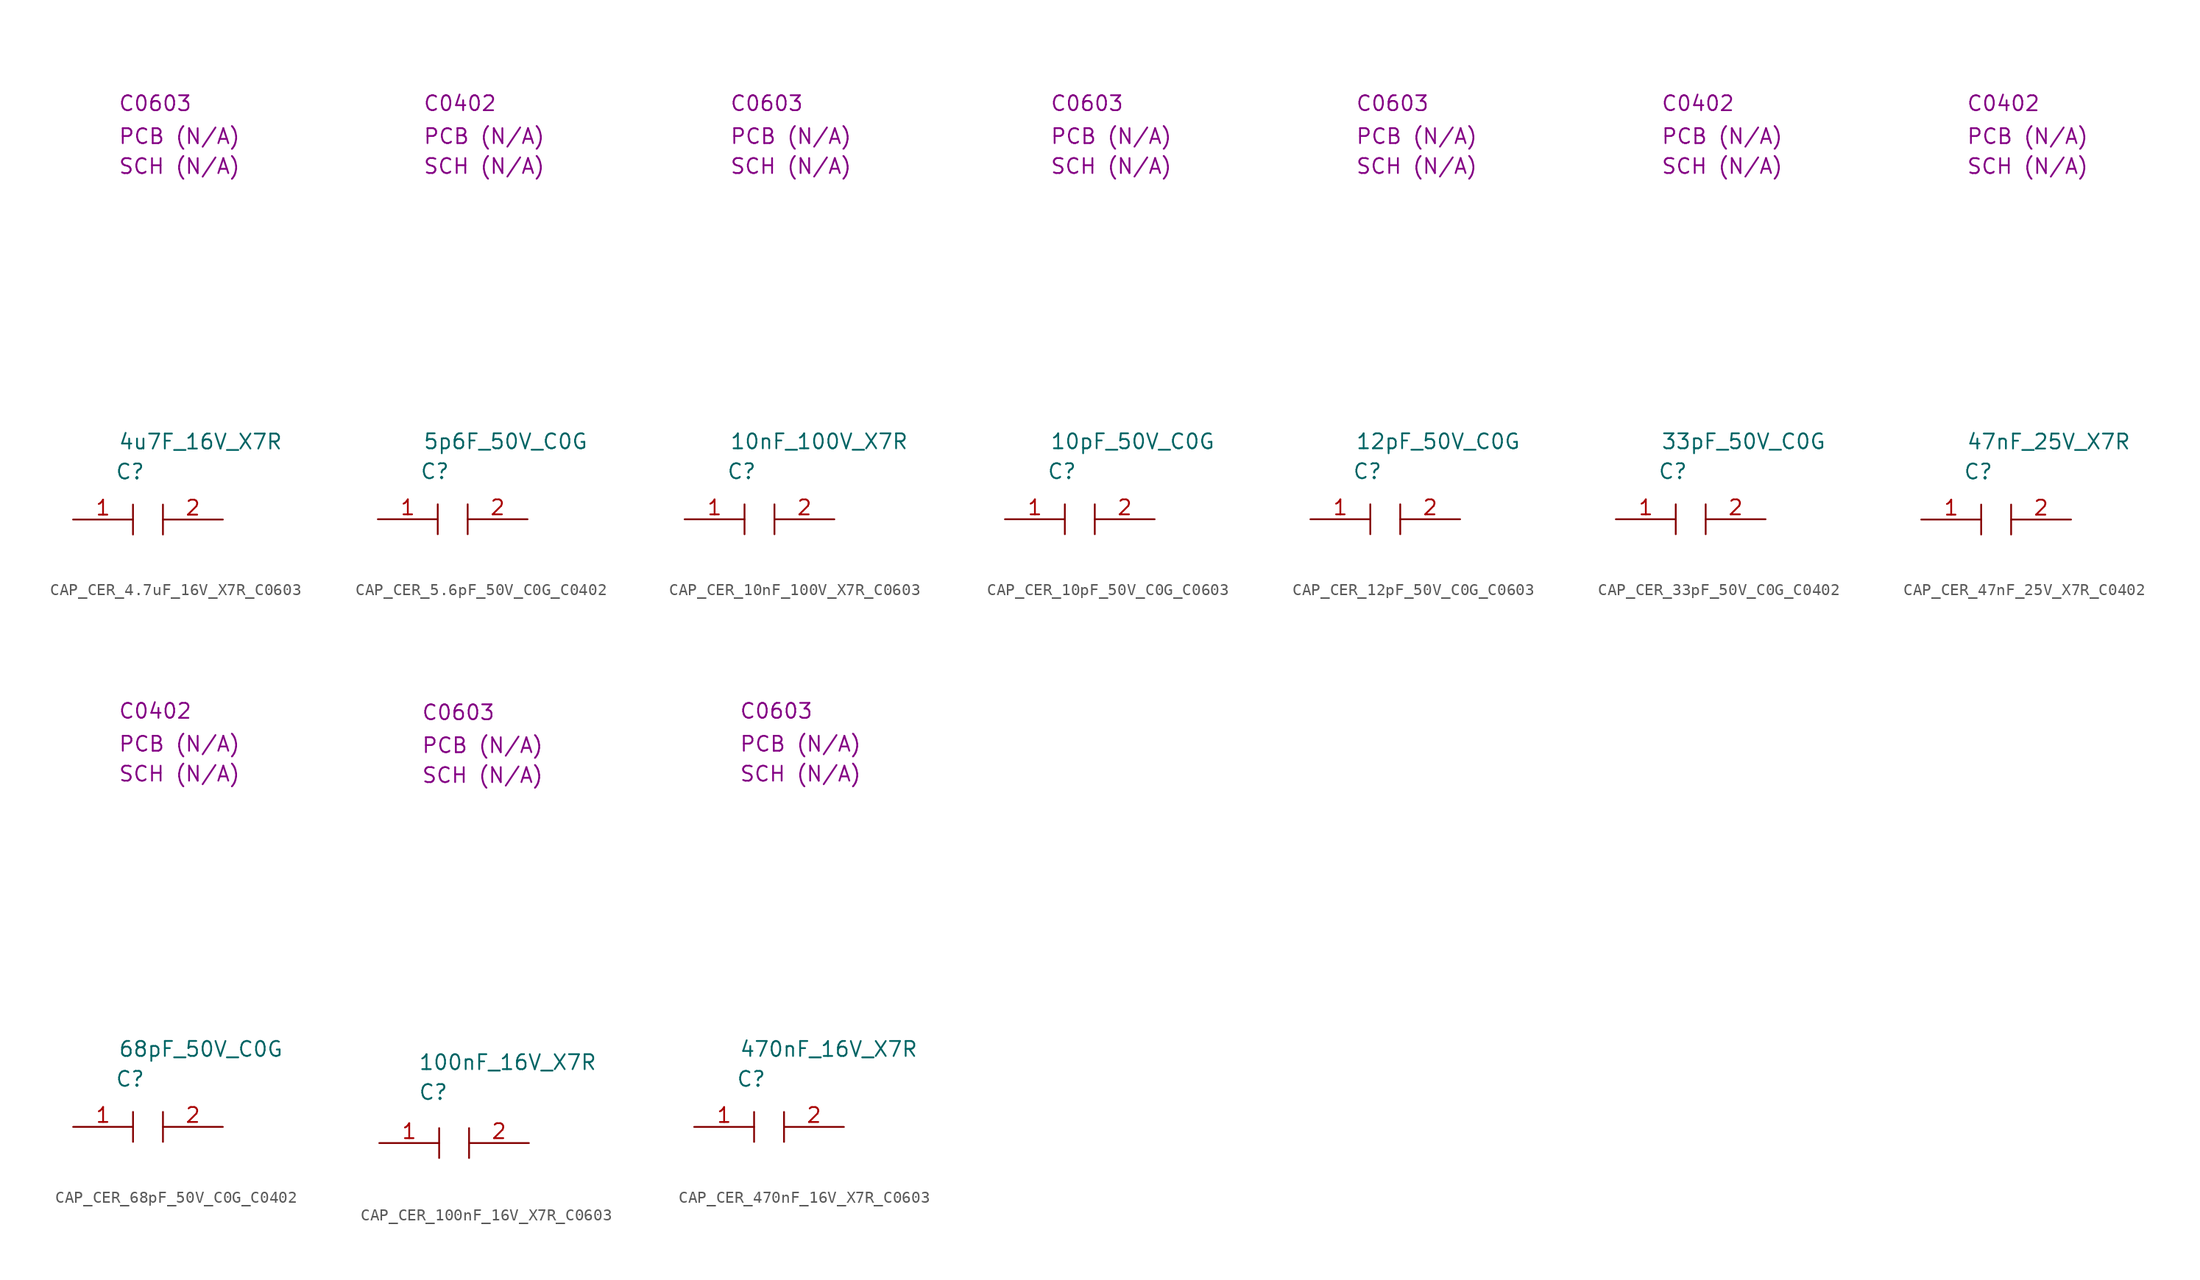
<source format=kicad_sym>
(kicad_symbol_lib
  (version 20231120)
  (generator "kicad_symbol_editor")
  (generator_version "8.0")
  (symbol "CAP_CER_4.7uF_16V_X7R_C0603"
    (property "Reference" "C"
      (at 3.556 4.064 0)
      (effects (font (size 1.27 1.27)) (justify left)))
    (property "Value" "4u7F_16V_X7R"
      (at 3.81 6.604 0)
      (effects (font (size 1.27 1.27)) (justify left)))
    (property "Package" "C0603"
      (at 3.81 35.306 0)
      (effects (font (size 1.27 1.27)) (justify left)))
    (property "SCH CHECK" "SCH (N/A)"
      (at 3.81 29.972 0)
      (effects (font (size 1.27 1.27)) (justify left)))
    (property "PCB CHECK" "PCB (N/A)"
      (at 3.81 32.512 0)
      (effects (font (size 1.27 1.27)) (justify left)))
    (symbol "CAP_CER_4.7uF_16V_X7R_C0603_0_0"
      (polyline (pts (xy 5.08 1.27) (xy 5.08 -1.27)) (stroke (width 0) (type default)) (fill (type none)))
      (polyline (pts (xy 7.62 1.27) (xy 7.62 -1.27)) (stroke (width 0) (type default)) (fill (type none))))
    (symbol "CAP_CER_4.7uF_16V_X7R_C0603_1_1"
      (pin passive line (at 0 0 0) (length 5.08) (name "" (effects (font (size 1.27 1.27)))) (number "1" (effects (font (size 1.27 1.27)))))
      (pin passive line (at 12.7 0 180) (length 5.08) (name "" (effects (font (size 1.27 1.27)))) (number "2" (effects (font (size 1.27 1.27)))))))
  (symbol "CAP_CER_5.6pF_50V_C0G_C0402"
    (property "Reference" "C"
      (at 3.556 4.064 0)
      (effects (font (size 1.27 1.27)) (justify left)))
    (property "Value" "5p6F_50V_C0G"
      (at 3.81 6.604 0)
      (effects (font (size 1.27 1.27)) (justify left)))
    (property "Package" "C0402"
      (at 3.81 35.306 0)
      (effects (font (size 1.27 1.27)) (justify left)))
    (property "SCH CHECK" "SCH (N/A)"
      (at 3.81 29.972 0)
      (effects (font (size 1.27 1.27)) (justify left)))
    (property "PCB CHECK" "PCB (N/A)"
      (at 3.81 32.512 0)
      (effects (font (size 1.27 1.27)) (justify left)))
    (symbol "CAP_CER_5.6pF_50V_C0G_C0402_0_0"
      (polyline (pts (xy 5.08 1.27) (xy 5.08 -1.27)) (stroke (width 0) (type default)) (fill (type none)))
      (polyline (pts (xy 7.62 1.27) (xy 7.62 -1.27)) (stroke (width 0) (type default)) (fill (type none))))
    (symbol "CAP_CER_5.6pF_50V_C0G_C0402_1_1"
      (pin passive line (at 0 0 0) (length 5.08) (name "" (effects (font (size 1.27 1.27)))) (number "1" (effects (font (size 1.27 1.27)))))
      (pin passive line (at 12.7 0 180) (length 5.08) (name "" (effects (font (size 1.27 1.27)))) (number "2" (effects (font (size 1.27 1.27)))))))
  (symbol "CAP_CER_10nF_100V_X7R_C0603"
    (property "Reference" "C"
      (at 3.556 4.064 0)
      (effects (font (size 1.27 1.27)) (justify left)))
    (property "Value" "10nF_100V_X7R"
      (at 3.81 6.604 0)
      (effects (font (size 1.27 1.27)) (justify left)))
    (property "Package" "C0603"
      (at 3.81 35.306 0)
      (effects (font (size 1.27 1.27)) (justify left)))
    (property "SCH CHECK" "SCH (N/A)"
      (at 3.81 29.972 0)
      (effects (font (size 1.27 1.27)) (justify left)))
    (property "PCB CHECK" "PCB (N/A)"
      (at 3.81 32.512 0)
      (effects (font (size 1.27 1.27)) (justify left)))
    (symbol "CAP_CER_10nF_100V_X7R_C0603_0_0"
      (polyline (pts (xy 5.08 1.27) (xy 5.08 -1.27)) (stroke (width 0) (type default)) (fill (type none)))
      (polyline (pts (xy 7.62 1.27) (xy 7.62 -1.27)) (stroke (width 0) (type default)) (fill (type none))))
    (symbol "CAP_CER_10nF_100V_X7R_C0603_1_1"
      (pin passive line (at 0 0 0) (length 5.08) (name "" (effects (font (size 1.27 1.27)))) (number "1" (effects (font (size 1.27 1.27)))))
      (pin passive line (at 12.7 0 180) (length 5.08) (name "" (effects (font (size 1.27 1.27)))) (number "2" (effects (font (size 1.27 1.27)))))))
  (symbol "CAP_CER_10pF_50V_C0G_C0603"
    (property "Reference" "C"
      (at 3.556 4.064 0)
      (effects (font (size 1.27 1.27)) (justify left)))
    (property "Value" "10pF_50V_C0G"
      (at 3.81 6.604 0)
      (effects (font (size 1.27 1.27)) (justify left)))
    (property "Package" "C0603"
      (at 3.81 35.306 0)
      (effects (font (size 1.27 1.27)) (justify left)))
    (property "SCH CHECK" "SCH (N/A)"
      (at 3.81 29.972 0)
      (effects (font (size 1.27 1.27)) (justify left)))
    (property "PCB CHECK" "PCB (N/A)"
      (at 3.81 32.512 0)
      (effects (font (size 1.27 1.27)) (justify left)))
    (symbol "CAP_CER_10pF_50V_C0G_C0603_0_0"
      (polyline (pts (xy 5.08 1.27) (xy 5.08 -1.27)) (stroke (width 0) (type default)) (fill (type none)))
      (polyline (pts (xy 7.62 1.27) (xy 7.62 -1.27)) (stroke (width 0) (type default)) (fill (type none))))
    (symbol "CAP_CER_10pF_50V_C0G_C0603_1_1"
      (pin passive line (at 0 0 0) (length 5.08) (name "" (effects (font (size 1.27 1.27)))) (number "1" (effects (font (size 1.27 1.27)))))
      (pin passive line (at 12.7 0 180) (length 5.08) (name "" (effects (font (size 1.27 1.27)))) (number "2" (effects (font (size 1.27 1.27)))))))
  (symbol "CAP_CER_12pF_50V_C0G_C0603"
    (property "Reference" "C"
      (at 3.556 4.064 0)
      (effects (font (size 1.27 1.27)) (justify left)))
    (property "Value" "12pF_50V_C0G"
      (at 3.81 6.604 0)
      (effects (font (size 1.27 1.27)) (justify left)))
    (property "Package" "C0603"
      (at 3.81 35.306 0)
      (effects (font (size 1.27 1.27)) (justify left)))
    (property "SCH CHECK" "SCH (N/A)"
      (at 3.81 29.972 0)
      (effects (font (size 1.27 1.27)) (justify left)))
    (property "PCB CHECK" "PCB (N/A)"
      (at 3.81 32.512 0)
      (effects (font (size 1.27 1.27)) (justify left)))
    (symbol "CAP_CER_12pF_50V_C0G_C0603_0_0"
      (polyline (pts (xy 5.08 1.27) (xy 5.08 -1.27)) (stroke (width 0) (type default)) (fill (type none)))
      (polyline (pts (xy 7.62 1.27) (xy 7.62 -1.27)) (stroke (width 0) (type default)) (fill (type none))))
    (symbol "CAP_CER_12pF_50V_C0G_C0603_1_1"
      (pin passive line (at 0 0 0) (length 5.08) (name "" (effects (font (size 1.27 1.27)))) (number "1" (effects (font (size 1.27 1.27)))))
      (pin passive line (at 12.7 0 180) (length 5.08) (name "" (effects (font (size 1.27 1.27)))) (number "2" (effects (font (size 1.27 1.27)))))))
  (symbol "CAP_CER_33pF_50V_C0G_C0402"
    (property "Reference" "C"
      (at 3.556 4.064 0)
      (effects (font (size 1.27 1.27)) (justify left)))
    (property "Value" "33pF_50V_C0G"
      (at 3.81 6.604 0)
      (effects (font (size 1.27 1.27)) (justify left)))
    (property "Package" "C0402"
      (at 3.81 35.306 0)
      (effects (font (size 1.27 1.27)) (justify left)))
    (property "SCH CHECK" "SCH (N/A)"
      (at 3.81 29.972 0)
      (effects (font (size 1.27 1.27)) (justify left)))
    (property "PCB CHECK" "PCB (N/A)"
      (at 3.81 32.512 0)
      (effects (font (size 1.27 1.27)) (justify left)))
    (symbol "CAP_CER_33pF_50V_C0G_C0402_0_0"
      (polyline (pts (xy 5.08 1.27) (xy 5.08 -1.27)) (stroke (width 0) (type default)) (fill (type none)))
      (polyline (pts (xy 7.62 1.27) (xy 7.62 -1.27)) (stroke (width 0) (type default)) (fill (type none))))
    (symbol "CAP_CER_33pF_50V_C0G_C0402_1_1"
      (pin passive line (at 0 0 0) (length 5.08) (name "" (effects (font (size 1.27 1.27)))) (number "1" (effects (font (size 1.27 1.27)))))
      (pin passive line (at 12.7 0 180) (length 5.08) (name "" (effects (font (size 1.27 1.27)))) (number "2" (effects (font (size 1.27 1.27)))))))
  (symbol "CAP_CER_47nF_25V_X7R_C0402"
    (property "Reference" "C"
      (at 3.556 4.064 0)
      (effects (font (size 1.27 1.27)) (justify left)))
    (property "Value" "47nF_25V_X7R"
      (at 3.81 6.604 0)
      (effects (font (size 1.27 1.27)) (justify left)))
    (property "Package" "C0402"
      (at 3.81 35.306 0)
      (effects (font (size 1.27 1.27)) (justify left)))
    (property "SCH CHECK" "SCH (N/A)"
      (at 3.81 29.972 0)
      (effects (font (size 1.27 1.27)) (justify left)))
    (property "PCB CHECK" "PCB (N/A)"
      (at 3.81 32.512 0)
      (effects (font (size 1.27 1.27)) (justify left)))
    (symbol "CAP_CER_47nF_25V_X7R_C0402_0_0"
      (polyline (pts (xy 5.08 1.27) (xy 5.08 -1.27)) (stroke (width 0) (type default)) (fill (type none)))
      (polyline (pts (xy 7.62 1.27) (xy 7.62 -1.27)) (stroke (width 0) (type default)) (fill (type none))))
    (symbol "CAP_CER_47nF_25V_X7R_C0402_1_1"
      (pin passive line (at 0 0 0) (length 5.08) (name "" (effects (font (size 1.27 1.27)))) (number "1" (effects (font (size 1.27 1.27)))))
      (pin passive line (at 12.7 0 180) (length 5.08) (name "" (effects (font (size 1.27 1.27)))) (number "2" (effects (font (size 1.27 1.27)))))))
  (symbol "CAP_CER_68pF_50V_C0G_C0402"
    (property "Reference" "C"
      (at 3.556 4.064 0)
      (effects (font (size 1.27 1.27)) (justify left)))
    (property "Value" "68pF_50V_C0G"
      (at 3.81 6.604 0)
      (effects (font (size 1.27 1.27)) (justify left)))
    (property "Package" "C0402"
      (at 3.81 35.306 0)
      (effects (font (size 1.27 1.27)) (justify left)))
    (property "SCH CHECK" "SCH (N/A)"
      (at 3.81 29.972 0)
      (effects (font (size 1.27 1.27)) (justify left)))
    (property "PCB CHECK" "PCB (N/A)"
      (at 3.81 32.512 0)
      (effects (font (size 1.27 1.27)) (justify left)))
    (symbol "CAP_CER_68pF_50V_C0G_C0402_0_0"
      (polyline (pts (xy 5.08 1.27) (xy 5.08 -1.27)) (stroke (width 0) (type default)) (fill (type none)))
      (polyline (pts (xy 7.62 1.27) (xy 7.62 -1.27)) (stroke (width 0) (type default)) (fill (type none))))
    (symbol "CAP_CER_68pF_50V_C0G_C0402_1_1"
      (pin passive line (at 0 0 0) (length 5.08) (name "" (effects (font (size 1.27 1.27)))) (number "1" (effects (font (size 1.27 1.27)))))
      (pin passive line (at 12.7 0 180) (length 5.08) (name "" (effects (font (size 1.27 1.27)))) (number "2" (effects (font (size 1.27 1.27)))))))
  (symbol "CAP_CER_100nF_16V_X7R_C0603"
    (property "Reference" "C"
      (at 3.302 4.318 0)
      (effects (font (size 1.27 1.27)) (justify left)))
    (property "Value" "100nF_16V_X7R"
      (at 3.302 6.858 0)
      (effects (font (size 1.27 1.27)) (justify left)))
    (property "Package" "C0603"
      (at 3.556 36.576 0)
      (effects (font (size 1.27 1.27)) (justify left)))
    (property "SCH CHECK" "SCH (N/A)"
      (at 3.556 31.242 0)
      (effects (font (size 1.27 1.27)) (justify left)))
    (property "PCB CHECK" "PCB (N/A)"
      (at 3.556 33.782 0)
      (effects (font (size 1.27 1.27)) (justify left)))
    (symbol "CAP_CER_100nF_16V_X7R_C0603_0_0"
      (polyline (pts (xy 5.08 1.27) (xy 5.08 -1.27)) (stroke (width 0) (type default)) (fill (type none)))
      (polyline (pts (xy 7.62 1.27) (xy 7.62 -1.27)) (stroke (width 0) (type default)) (fill (type none))))
    (symbol "CAP_CER_100nF_16V_X7R_C0603_1_1"
      (pin passive line (at 0 0 0) (length 5.08) (name "" (effects (font (size 1.27 1.27)))) (number "1" (effects (font (size 1.27 1.27)))))
      (pin passive line (at 12.7 0 180) (length 5.08) (name "" (effects (font (size 1.27 1.27)))) (number "2" (effects (font (size 1.27 1.27)))))))
  (symbol "CAP_CER_470nF_16V_X7R_C0603"
    (property "Reference" "C"
      (at 3.556 4.064 0)
      (effects (font (size 1.27 1.27)) (justify left)))
    (property "Value" "470nF_16V_X7R"
      (at 3.81 6.604 0)
      (effects (font (size 1.27 1.27)) (justify left)))
    (property "Package" "C0603"
      (at 3.81 35.306 0)
      (effects (font (size 1.27 1.27)) (justify left)))
    (property "SCH CHECK" "SCH (N/A)"
      (at 3.81 29.972 0)
      (effects (font (size 1.27 1.27)) (justify left)))
    (property "PCB CHECK" "PCB (N/A)"
      (at 3.81 32.512 0)
      (effects (font (size 1.27 1.27)) (justify left)))
    (symbol "CAP_CER_470nF_16V_X7R_C0603_0_0"
      (polyline (pts (xy 5.08 1.27) (xy 5.08 -1.27)) (stroke (width 0) (type default)) (fill (type none)))
      (polyline (pts (xy 7.62 1.27) (xy 7.62 -1.27)) (stroke (width 0) (type default)) (fill (type none))))
    (symbol "CAP_CER_470nF_16V_X7R_C0603_1_1"
      (pin passive line (at 0 0 0) (length 5.08) (name "" (effects (font (size 1.27 1.27)))) (number "1" (effects (font (size 1.27 1.27)))))
      (pin passive line (at 12.7 0 180) (length 5.08) (name "" (effects (font (size 1.27 1.27)))) (number "2" (effects (font (size 1.27 1.27))))))))
</source>
